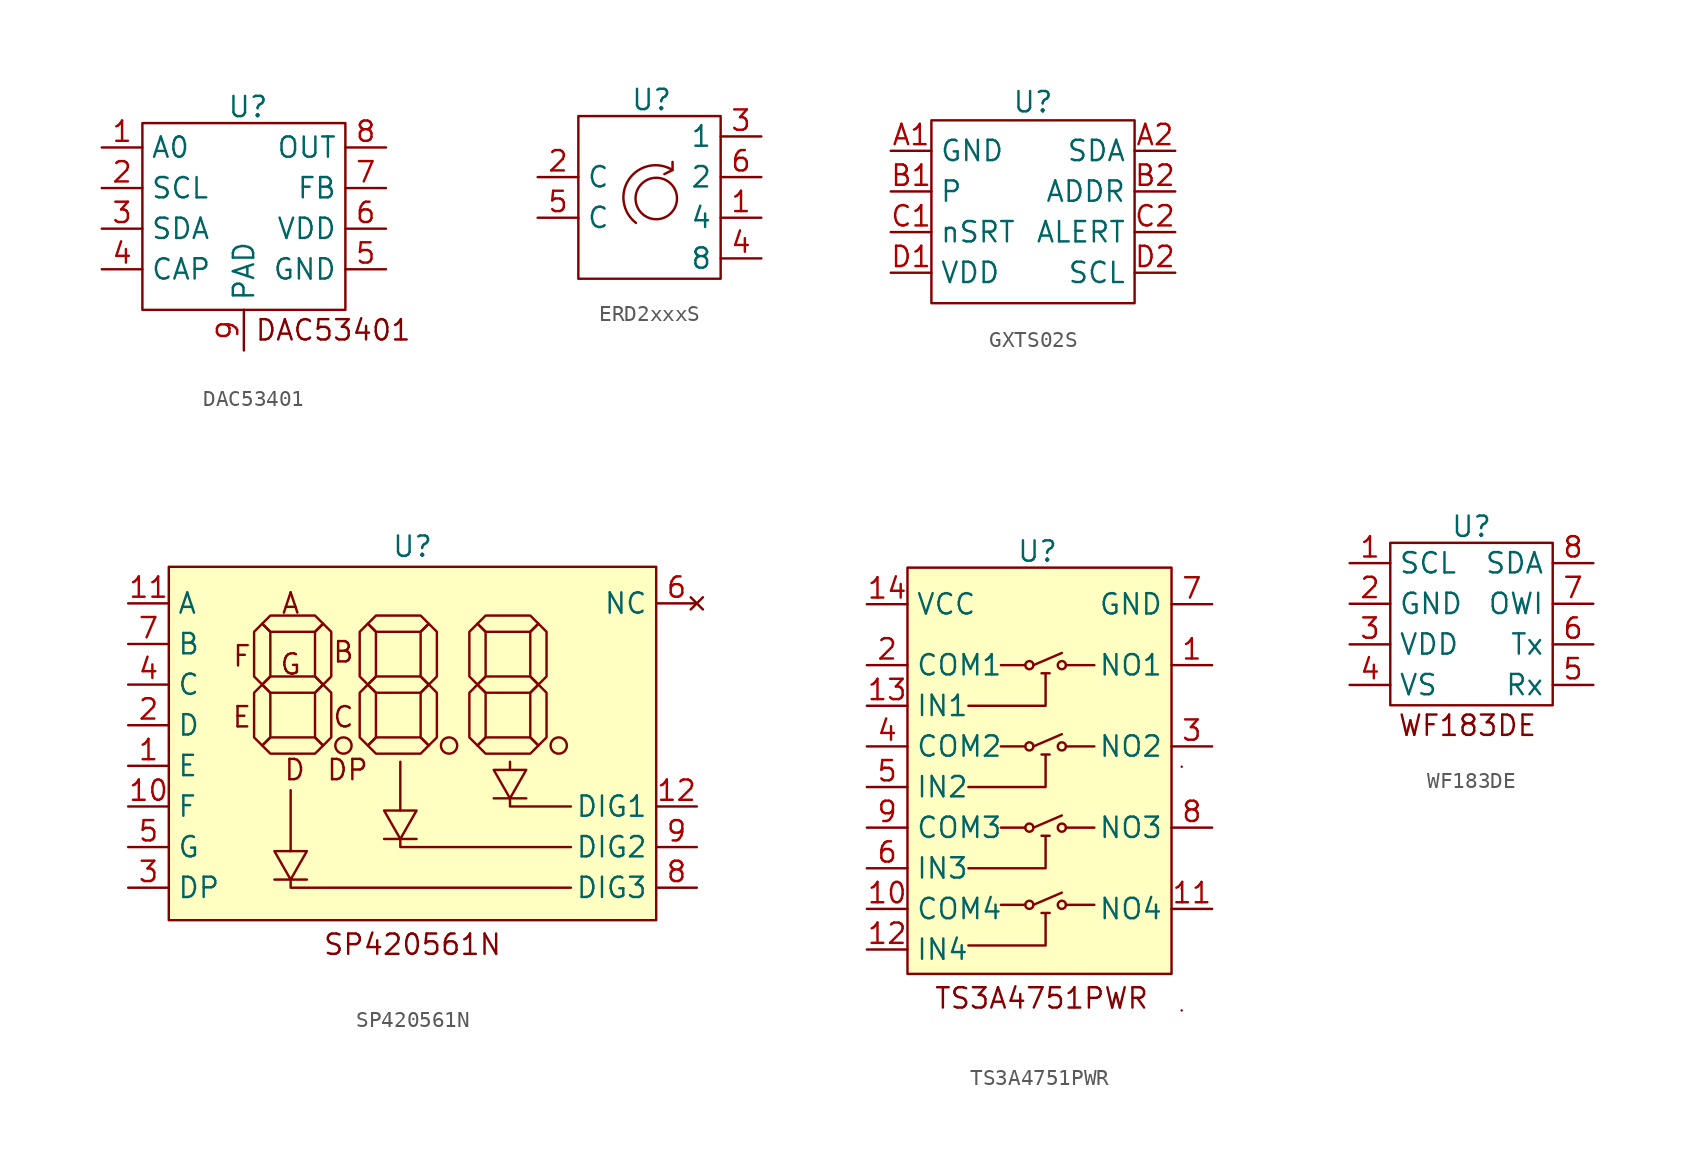
<source format=kicad_sym>
(kicad_symbol_lib
  (version 20231120)
  (generator "kicad_symbol_editor")
  (generator_version "8.0")
  (symbol "DAC53401"
    (property "Reference" "U"
      (at 0.254 6.35 0)
      (effects (font (size 1.27 1.27))))
    (property "Value" ""
      (at -8.89 3.81 0)
      (effects (font (size 1.27 1.27))))
    (symbol "DAC53401_0_0"
      (pin input line (at -8.89 3.81 0) (length 2.54) (name "A0" (effects (font (size 1.27 1.27)))) (number "1" (effects (font (size 1.27 1.27)))))
      (pin bidirectional line (at -8.89 1.27 0) (length 2.54) (name "SCL" (effects (font (size 1.27 1.27)))) (number "2" (effects (font (size 1.27 1.27)))))
      (pin bidirectional line (at -8.89 -1.27 0) (length 2.54) (name "SDA" (effects (font (size 1.27 1.27)))) (number "3" (effects (font (size 1.27 1.27)))))
      (pin input line (at -8.89 -3.81 0) (length 2.54) (name "CAP" (effects (font (size 1.27 1.27)))) (number "4" (effects (font (size 1.27 1.27)))))
      (pin power_in line (at 8.89 -3.81 180) (length 2.54) (name "GND" (effects (font (size 1.27 1.27)))) (number "5" (effects (font (size 1.27 1.27)))))
      (pin power_in line (at 8.89 -1.27 180) (length 2.54) (name "VDD" (effects (font (size 1.27 1.27)))) (number "6" (effects (font (size 1.27 1.27)))))
      (pin input line (at 8.89 1.27 180) (length 2.54) (name "FB" (effects (font (size 1.27 1.27)))) (number "7" (effects (font (size 1.27 1.27)))))
      (pin output line (at 8.89 3.81 180) (length 2.54) (name "OUT" (effects (font (size 1.27 1.27)))) (number "8" (effects (font (size 1.27 1.27)))))
      (pin passive line (at 0 -8.89 90) (length 2.54) (name "PAD" (effects (font (size 1.27 1.27)))) (number "9" (effects (font (size 1.27 1.27))))))
    (symbol "DAC53401_0_1"
      (rectangle (start -6.35 5.334) (end 6.35 -6.35) (stroke (width 0) (type default)) (fill (type none))))
    (symbol "DAC53401_1_1"
      (text "DAC53401" (at 5.588 -7.62 0) (effects (font (size 1.27 1.27))))))
  (symbol "ERD2xxxS"
    (property "Reference" "U"
      (at -0.508 6.096 0)
      (effects (font (size 1.27 1.27))))
    (property "Value" ""
      (at -7.62 3.81 0)
      (effects (font (size 1.27 1.27))))
    (symbol "ERD2xxxS_0_0"
      (pin output line (at 6.35 -1.27 180) (length 2.54) (name "4" (effects (font (size 1.27 1.27)))) (number "1" (effects (font (size 1.27 1.27)))))
      (pin input line (at -7.62 1.27 0) (length 2.54) (name "C" (effects (font (size 1.27 1.27)))) (number "2" (effects (font (size 1.27 1.27)))))
      (pin output line (at 6.35 3.81 180) (length 2.54) (name "1" (effects (font (size 1.27 1.27)))) (number "3" (effects (font (size 1.27 1.27)))))
      (pin output line (at 6.35 -3.81 180) (length 2.54) (name "8" (effects (font (size 1.27 1.27)))) (number "4" (effects (font (size 1.27 1.27)))))
      (pin input line (at -7.62 -1.27 0) (length 2.54) (name "C" (effects (font (size 1.27 1.27)))) (number "5" (effects (font (size 1.27 1.27)))))
      (pin output line (at 6.35 1.27 180) (length 2.54) (name "2" (effects (font (size 1.27 1.27)))) (number "6" (effects (font (size 1.27 1.27))))))
    (symbol "ERD2xxxS_0_1"
      (rectangle (start -5.08 5.08) (end 3.81 -5.08) (stroke (width 0) (type default)) (fill (type none)))
      (circle (center -0.212 -0.068) (radius 1.295) (stroke (width 0) (type default)) (fill (type none)))
      (polyline (pts (xy 0.804 1.71) (xy 0.804 2.218) (xy 0.804 1.71) (xy 0.296 1.456)) (stroke (width 0) (type default)) (fill (type none)))
      (arc (start 0.8041 1.7098) (mid -1.9072 1.1445) (end -1.4819 -1.5922) (stroke (width 0) (type default)) (fill (type none)))))
  (symbol "GXTS02S"
    (property "Reference" "U"
      (at 0 5.588 0)
      (effects (font (size 1.27 1.27))))
    (property "Value" ""
      (at 0 0 0)
      (effects (font (size 1.27 1.27))))
    (symbol "GXTS02S_0_1"
      (rectangle (start -6.35 4.445) (end 6.35 -6.985) (stroke (width 0) (type default)) (fill (type none))))
    (symbol "GXTS02S_1_1"
      (pin power_in line (at -8.89 2.54 0) (length 2.54) (name "GND" (effects (font (size 1.27 1.27)))) (number "A1" (effects (font (size 1.27 1.27)))))
      (pin bidirectional line (at 8.89 2.54 180) (length 2.54) (name "SDA" (effects (font (size 1.27 1.27)))) (number "A2" (effects (font (size 1.27 1.27)))))
      (pin input line (at -8.89 0 0) (length 2.54) (name "P" (effects (font (size 1.27 1.27)))) (number "B1" (effects (font (size 1.27 1.27)))))
      (pin input line (at 8.89 0 180) (length 2.54) (name "ADDR" (effects (font (size 1.27 1.27)))) (number "B2" (effects (font (size 1.27 1.27)))))
      (pin input line (at -8.89 -2.54 0) (length 2.54) (name "nSRT" (effects (font (size 1.27 1.27)))) (number "C1" (effects (font (size 1.27 1.27)))))
      (pin output line (at 8.89 -2.54 180) (length 2.54) (name "ALERT" (effects (font (size 1.27 1.27)))) (number "C2" (effects (font (size 1.27 1.27)))))
      (pin power_in line (at -8.89 -5.08 0) (length 2.54) (name "VDD" (effects (font (size 1.27 1.27)))) (number "D1" (effects (font (size 1.27 1.27)))))
      (pin bidirectional line (at 8.89 -5.08 180) (length 2.54) (name "SCL" (effects (font (size 1.27 1.27)))) (number "D2" (effects (font (size 1.27 1.27)))))))
  (symbol "SP420561N"
    (property "Reference" "U"
      (at 0 12.446 0)
      (effects (font (size 1.27 1.27))))
    (property "Value" ""
      (at -17.78 8.89 0)
      (effects (font (size 1.27 1.27))))
    (symbol "SP420561N_0_0"
      (pin input line (at -17.78 -1.27 0) (length 2.54) (name "E" (effects (font (size 1.27 1.27)))) (number "1" (effects (font (size 1.27 1.27)))))
      (pin input line (at -17.78 -3.81 0) (length 2.54) (name "F" (effects (font (size 1.27 1.27)))) (number "10" (effects (font (size 1.27 1.27)))))
      (pin input line (at -17.78 8.89 0) (length 2.54) (name "A" (effects (font (size 1.27 1.27)))) (number "11" (effects (font (size 1.27 1.27)))))
      (pin input line (at 17.78 -3.81 180) (length 2.54) (name "DIG1" (effects (font (size 1.27 1.27)))) (number "12" (effects (font (size 1.27 1.27)))))
      (pin input line (at -17.78 1.27 0) (length 2.54) (name "D" (effects (font (size 1.27 1.27)))) (number "2" (effects (font (size 1.27 1.27)))))
      (pin input line (at -17.78 -8.89 0) (length 2.54) (name "DP" (effects (font (size 1.27 1.27)))) (number "3" (effects (font (size 1.27 1.27)))))
      (pin input line (at -17.78 3.81 0) (length 2.54) (name "C" (effects (font (size 1.27 1.27)))) (number "4" (effects (font (size 1.27 1.27)))))
      (pin input line (at -17.78 -6.35 0) (length 2.54) (name "G" (effects (font (size 1.27 1.27)))) (number "5" (effects (font (size 1.27 1.27)))))
      (pin input line (at -17.78 6.35 0) (length 2.54) (name "B" (effects (font (size 1.27 1.27)))) (number "7" (effects (font (size 1.27 1.27)))))
      (pin input line (at 17.78 -8.89 180) (length 2.54) (name "DIG3" (effects (font (size 1.27 1.27)))) (number "8" (effects (font (size 1.27 1.27)))))
      (pin input line (at 17.78 -6.35 180) (length 2.54) (name "DIG2" (effects (font (size 1.27 1.27)))) (number "9" (effects (font (size 1.27 1.27))))))
    (symbol "SP420561N_0_1"
      (circle (center -4.318 0) (radius 0.508) (stroke (width 0) (type default)) (fill (type none)))
      (polyline (pts (xy -9.398 0) (xy -9.906 0.508) (xy -9.906 3.302) (xy -9.398 3.81) (xy -8.89 3.302) (xy -8.89 0.508) (xy -9.398 0)) (stroke (width 0) (type default)) (fill (type none)))
      (polyline (pts (xy -9.398 0) (xy -8.89 0.508) (xy -6.096 0.508) (xy -5.588 0) (xy -6.096 -0.508) (xy -8.89 -0.508) (xy -9.398 0)) (stroke (width 0) (type default)) (fill (type none)))
      (polyline (pts (xy -9.398 3.81) (xy -9.906 4.318) (xy -9.906 7.112) (xy -9.398 7.62) (xy -8.89 7.112) (xy -8.89 4.318) (xy -9.398 3.81)) (stroke (width 0) (type default)) (fill (type none)))
      (polyline (pts (xy -9.398 3.81) (xy -8.89 4.318) (xy -6.096 4.318) (xy -5.588 3.81) (xy -6.096 3.302) (xy -8.89 3.302) (xy -9.398 3.81)) (stroke (width 0) (type default)) (fill (type none)))
      (polyline (pts (xy -9.398 7.62) (xy -8.89 8.128) (xy -6.096 8.128) (xy -5.588 7.62) (xy -6.096 7.112) (xy -8.89 7.112) (xy -9.398 7.62)) (stroke (width 0) (type default)) (fill (type none)))
      (polyline (pts (xy -5.588 0) (xy -6.096 0.508) (xy -6.096 3.302) (xy -5.588 3.81) (xy -5.08 3.302) (xy -5.08 0.508) (xy -5.588 0)) (stroke (width 0) (type default)) (fill (type none)))
      (polyline (pts (xy -5.588 3.81) (xy -6.096 4.318) (xy -6.096 7.112) (xy -5.588 7.62) (xy -5.08 7.112) (xy -5.08 4.318) (xy -5.588 3.81)) (stroke (width 0) (type default)) (fill (type none)))
      (polyline (pts (xy -2.794 0) (xy -3.302 0.508) (xy -3.302 3.302) (xy -2.794 3.81) (xy -2.286 3.302) (xy -2.286 0.508) (xy -2.794 0)) (stroke (width 0) (type default)) (fill (type none)))
      (polyline (pts (xy -2.794 0) (xy -2.286 0.508) (xy 0.508 0.508) (xy 1.016 0) (xy 0.508 -0.508) (xy -2.286 -0.508) (xy -2.794 0)) (stroke (width 0) (type default)) (fill (type none)))
      (polyline (pts (xy -2.794 3.81) (xy -3.302 4.318) (xy -3.302 7.112) (xy -2.794 7.62) (xy -2.286 7.112) (xy -2.286 4.318) (xy -2.794 3.81)) (stroke (width 0) (type default)) (fill (type none)))
      (polyline (pts (xy -2.794 3.81) (xy -2.286 4.318) (xy 0.508 4.318) (xy 1.016 3.81) (xy 0.508 3.302) (xy -2.286 3.302) (xy -2.794 3.81)) (stroke (width 0) (type default)) (fill (type none)))
      (polyline (pts (xy -2.794 7.62) (xy -2.286 8.128) (xy 0.508 8.128) (xy 1.016 7.62) (xy 0.508 7.112) (xy -2.286 7.112) (xy -2.794 7.62)) (stroke (width 0) (type default)) (fill (type none)))
      (polyline (pts (xy 1.016 0) (xy 0.508 0.508) (xy 0.508 3.302) (xy 1.016 3.81) (xy 1.524 3.302) (xy 1.524 0.508) (xy 1.016 0)) (stroke (width 0) (type default)) (fill (type none)))
      (polyline (pts (xy 1.016 3.81) (xy 0.508 4.318) (xy 0.508 7.112) (xy 1.016 7.62) (xy 1.524 7.112) (xy 1.524 4.318) (xy 1.016 3.81)) (stroke (width 0) (type default)) (fill (type none)))
      (polyline (pts (xy 4.064 0) (xy 3.556 0.508) (xy 3.556 3.302) (xy 4.064 3.81) (xy 4.572 3.302) (xy 4.572 0.508) (xy 4.064 0)) (stroke (width 0) (type default)) (fill (type none)))
      (polyline (pts (xy 4.064 0) (xy 4.572 0.508) (xy 7.366 0.508) (xy 7.874 0) (xy 7.366 -0.508) (xy 4.572 -0.508) (xy 4.064 0)) (stroke (width 0) (type default)) (fill (type none)))
      (polyline (pts (xy 4.064 3.81) (xy 3.556 4.318) (xy 3.556 7.112) (xy 4.064 7.62) (xy 4.572 7.112) (xy 4.572 4.318) (xy 4.064 3.81)) (stroke (width 0) (type default)) (fill (type none)))
      (polyline (pts (xy 4.064 3.81) (xy 4.572 4.318) (xy 7.366 4.318) (xy 7.874 3.81) (xy 7.366 3.302) (xy 4.572 3.302) (xy 4.064 3.81)) (stroke (width 0) (type default)) (fill (type none)))
      (polyline (pts (xy 4.064 7.62) (xy 4.572 8.128) (xy 7.366 8.128) (xy 7.874 7.62) (xy 7.366 7.112) (xy 4.572 7.112) (xy 4.064 7.62)) (stroke (width 0) (type default)) (fill (type none)))
      (polyline (pts (xy 7.874 0) (xy 7.366 0.508) (xy 7.366 3.302) (xy 7.874 3.81) (xy 8.382 3.302) (xy 8.382 0.508) (xy 7.874 0)) (stroke (width 0) (type default)) (fill (type none)))
      (polyline (pts (xy 7.874 3.81) (xy 7.366 4.318) (xy 7.366 7.112) (xy 7.874 7.62) (xy 8.382 7.112) (xy 8.382 4.318) (xy 7.874 3.81)) (stroke (width 0) (type default)) (fill (type none)))
      (circle (center 2.286 0) (radius 0.508) (stroke (width 0) (type default)) (fill (type none)))
      (circle (center 9.144 0) (radius 0.508) (stroke (width 0) (type default)) (fill (type none))))
    (symbol "SP420561N_1_1"
      (rectangle (start -15.24 11.176) (end 15.24 -10.922) (stroke (width 0) (type default)) (fill (type background)))
      (polyline (pts (xy -7.62 -6.604) (xy -7.62 -2.794)) (stroke (width 0) (type default)) (fill (type none)))
      (polyline (pts (xy -0.762 -4.064) (xy -0.762 -1.016)) (stroke (width 0) (type default)) (fill (type none)))
      (polyline (pts (xy 6.096 -1.524) (xy 6.096 -1.016)) (stroke (width 0) (type default)) (fill (type none)))
      (polyline (pts (xy -7.62 -8.382) (xy -7.62 -8.89) (xy 9.906 -8.89)) (stroke (width 0) (type default)) (fill (type none)))
      (polyline (pts (xy -0.762 -5.842) (xy -0.762 -6.35) (xy 9.906 -6.35)) (stroke (width 0) (type default)) (fill (type none)))
      (polyline (pts (xy 6.096 -3.302) (xy 6.096 -3.81) (xy 9.906 -3.81)) (stroke (width 0) (type default)) (fill (type none)))
      (polyline (pts (xy -6.604 -6.604) (xy -8.636 -6.604) (xy -7.62 -8.382) (xy -6.604 -6.604) (xy -7.62 -8.382) (xy -6.604 -8.382) (xy -8.636 -8.382)) (stroke (width 0) (type default)) (fill (type none)))
      (polyline (pts (xy 0.254 -4.064) (xy -1.778 -4.064) (xy -0.762 -5.842) (xy 0.254 -4.064) (xy -0.762 -5.842) (xy 0.254 -5.842) (xy -1.778 -5.842)) (stroke (width 0) (type default)) (fill (type none)))
      (polyline (pts (xy 7.112 -1.524) (xy 5.08 -1.524) (xy 6.096 -3.302) (xy 7.112 -1.524) (xy 6.096 -3.302) (xy 7.112 -3.302) (xy 5.08 -3.302)) (stroke (width 0) (type default)) (fill (type none)))
      (text "A" (at -7.62 8.89 0) (effects (font (size 1.27 1.27))))
      (text "B" (at -4.318 5.842 0) (effects (font (size 1.27 1.27))))
      (text "C" (at -4.318 1.778 0) (effects (font (size 1.27 1.27))))
      (text "D" (at -7.366 -1.524 0) (effects (font (size 1.27 1.27))))
      (text "DP" (at -4.064 -1.524 0) (effects (font (size 1.27 1.27))))
      (text "E" (at -10.668 1.778 0) (effects (font (size 1.27 1.27))))
      (text "F" (at -10.668 5.588 0) (effects (font (size 1.27 1.27))))
      (text "G" (at -7.62 5.08 0) (effects (font (size 1.27 1.27))))
      (text "SP420561N" (at 0 -12.446 0) (effects (font (size 1.27 1.27))))
      (pin no_connect line (at 17.78 8.89 180) (length 2.54) (name "NC" (effects (font (size 1.27 1.27)))) (number "6" (effects (font (size 1.27 1.27)))))))
  (symbol "TS3A4751PWR"
    (property "Reference" "U"
      (at -0.762 13.462 0)
      (effects (font (size 1.27 1.27))))
    (property "Value" ""
      (at 6.35 0 0)
      (effects (font (size 1.27 1.27))))
    (symbol "TS3A4751PWR_0_1"
      (polyline (pts (xy -1.524 -8.636) (xy -3.048 -8.636)) (stroke (width 0) (type default)) (fill (type none)))
      (polyline (pts (xy -1.524 -3.81) (xy -3.048 -3.81)) (stroke (width 0) (type default)) (fill (type none)))
      (polyline (pts (xy -1.524 1.27) (xy -3.048 1.27)) (stroke (width 0) (type default)) (fill (type none)))
      (polyline (pts (xy -1.524 6.35) (xy -3.048 6.35)) (stroke (width 0) (type default)) (fill (type none)))
      (polyline (pts (xy 1.016 -8.636) (xy 2.794 -8.636)) (stroke (width 0) (type default)) (fill (type none)))
      (polyline (pts (xy 1.016 -3.81) (xy 2.794 -3.81)) (stroke (width 0) (type default)) (fill (type none)))
      (polyline (pts (xy 1.016 1.27) (xy 2.794 1.27)) (stroke (width 0) (type default)) (fill (type none)))
      (polyline (pts (xy 1.016 6.35) (xy 2.794 6.35)) (stroke (width 0) (type default)) (fill (type none)))
      (polyline (pts (xy 8.255 -15.24) (xy 8.255 -15.24)) (stroke (width 0) (type default)) (fill (type none)))
      (polyline (pts (xy 8.255 -7.62) (xy 8.255 -7.62)) (stroke (width 0) (type default)) (fill (type none)))
      (polyline (pts (xy 8.255 0) (xy 8.255 0)) (stroke (width 0) (type default)) (fill (type none)))
      (polyline (pts (xy -0.508 -9.144) (xy 0 -9.144) (xy -0.254 -9.144) (xy -0.254 -11.176) (xy -5.08 -11.176)) (stroke (width 0) (type default)) (fill (type none)))
      (polyline (pts (xy -0.508 -4.318) (xy 0 -4.318) (xy -0.254 -4.318) (xy -0.254 -6.35) (xy -5.08 -6.35)) (stroke (width 0) (type default)) (fill (type none)))
      (polyline (pts (xy -0.508 0.762) (xy 0 0.762) (xy -0.254 0.762) (xy -0.254 -1.27) (xy -5.08 -1.27)) (stroke (width 0) (type default)) (fill (type none)))
      (polyline (pts (xy -0.508 5.842) (xy 0 5.842) (xy -0.254 5.842) (xy -0.254 3.81) (xy -5.08 3.81)) (stroke (width 0) (type default)) (fill (type none))))
    (symbol "TS3A4751PWR_1_0"
      (pin bidirectional line (at -11.43 -8.89 0) (length 2.54) (name "COM4" (effects (font (size 1.27 1.27)))) (number "10" (effects (font (size 1.27 1.27)))))
      (pin bidirectional line (at 10.16 -8.89 180) (length 2.54) (name "NO4" (effects (font (size 1.27 1.27)))) (number "11" (effects (font (size 1.27 1.27)))))
      (pin input line (at -11.43 -11.43 0) (length 2.54) (name "IN4" (effects (font (size 1.27 1.27)))) (number "12" (effects (font (size 1.27 1.27)))))
      (pin input line (at -11.43 3.81 0) (length 2.54) (name "IN1" (effects (font (size 1.27 1.27)))) (number "13" (effects (font (size 1.27 1.27)))))
      (pin power_in line (at -11.43 10.16 0) (length 2.54) (name "VCC" (effects (font (size 1.27 1.27)))) (number "14" (effects (font (size 1.27 1.27)))))
      (pin bidirectional line (at -11.43 6.35 0) (length 2.54) (name "COM1" (effects (font (size 1.27 1.27)))) (number "2" (effects (font (size 1.27 1.27)))))
      (pin bidirectional line (at 10.16 1.27 180) (length 2.54) (name "NO2" (effects (font (size 1.27 1.27)))) (number "3" (effects (font (size 1.27 1.27)))))
      (pin bidirectional line (at -11.43 1.27 0) (length 2.54) (name "COM2" (effects (font (size 1.27 1.27)))) (number "4" (effects (font (size 1.27 1.27)))))
      (pin input line (at -11.43 -1.27 0) (length 2.54) (name "IN2" (effects (font (size 1.27 1.27)))) (number "5" (effects (font (size 1.27 1.27)))))
      (pin input line (at -11.43 -6.35 0) (length 2.54) (name "IN3" (effects (font (size 1.27 1.27)))) (number "6" (effects (font (size 1.27 1.27)))))
      (pin power_in line (at 10.16 10.16 180) (length 2.54) (name "GND" (effects (font (size 1.27 1.27)))) (number "7" (effects (font (size 1.27 1.27)))))
      (pin bidirectional line (at 10.16 -3.81 180) (length 2.54) (name "NO3" (effects (font (size 1.27 1.27)))) (number "8" (effects (font (size 1.27 1.27)))))
      (pin bidirectional line (at -11.43 -3.81 0) (length 2.54) (name "COM3" (effects (font (size 1.27 1.27)))) (number "9" (effects (font (size 1.27 1.27))))))
    (symbol "TS3A4751PWR_1_1"
      (rectangle (start -8.89 12.446) (end 7.62 -12.954) (stroke (width 0) (type default)) (fill (type background)))
      (circle (center -1.27 -8.636) (radius 0.254) (stroke (width 0) (type default)) (fill (type none)))
      (circle (center -1.27 -3.81) (radius 0.254) (stroke (width 0) (type default)) (fill (type none)))
      (circle (center -1.27 1.27) (radius 0.254) (stroke (width 0) (type default)) (fill (type none)))
      (circle (center -1.27 6.35) (radius 0.254) (stroke (width 0) (type default)) (fill (type none)))
      (polyline (pts (xy -1.016 -8.636) (xy 0.762 -7.874)) (stroke (width 0) (type default)) (fill (type none)))
      (polyline (pts (xy -1.016 -3.81) (xy 0.762 -3.048)) (stroke (width 0) (type default)) (fill (type none)))
      (polyline (pts (xy -1.016 1.27) (xy 0.762 2.032)) (stroke (width 0) (type default)) (fill (type none)))
      (polyline (pts (xy -1.016 6.35) (xy 0.762 7.112)) (stroke (width 0) (type default)) (fill (type none)))
      (circle (center 0.762 -8.636) (radius 0.254) (stroke (width 0) (type default)) (fill (type none)))
      (circle (center 0.762 -3.81) (radius 0.254) (stroke (width 0) (type default)) (fill (type none)))
      (circle (center 0.762 1.27) (radius 0.254) (stroke (width 0) (type default)) (fill (type none)))
      (circle (center 0.762 6.35) (radius 0.254) (stroke (width 0) (type default)) (fill (type none)))
      (text "TS3A4751PWR" (at -0.508 -14.478 0) (effects (font (size 1.27 1.27))))
      (pin bidirectional line (at 10.16 6.35 180) (length 2.54) (name "NO1" (effects (font (size 1.27 1.27)))) (number "1" (effects (font (size 1.27 1.27)))))))
  (symbol "WF183DE"
    (property "Reference" "U"
      (at 0 6.096 0)
      (effects (font (size 1.27 1.27))))
    (property "Value" ""
      (at -7.62 3.81 0)
      (effects (font (size 1.27 1.27))))
    (symbol "WF183DE_0_0"
      (pin bidirectional line (at -7.62 3.81 0) (length 2.54) (name "SCL" (effects (font (size 1.27 1.27)))) (number "1" (effects (font (size 1.27 1.27)))))
      (pin power_in line (at -7.62 1.27 0) (length 2.54) (name "GND" (effects (font (size 1.27 1.27)))) (number "2" (effects (font (size 1.27 1.27)))))
      (pin power_in line (at -7.62 -1.27 0) (length 2.54) (name "VDD" (effects (font (size 1.27 1.27)))) (number "3" (effects (font (size 1.27 1.27)))))
      (pin passive line (at -7.62 -3.81 0) (length 2.54) (name "VS" (effects (font (size 1.27 1.27)))) (number "4" (effects (font (size 1.27 1.27)))))
      (pin bidirectional line (at 7.62 -3.81 180) (length 2.54) (name "Rx" (effects (font (size 1.27 1.27)))) (number "5" (effects (font (size 1.27 1.27)))))
      (pin bidirectional line (at 7.62 -1.27 180) (length 2.54) (name "Tx" (effects (font (size 1.27 1.27)))) (number "6" (effects (font (size 1.27 1.27)))))
      (pin bidirectional line (at 7.62 1.27 180) (length 2.54) (name "OWI" (effects (font (size 1.27 1.27)))) (number "7" (effects (font (size 1.27 1.27)))))
      (pin bidirectional line (at 7.62 3.81 180) (length 2.54) (name "SDA" (effects (font (size 1.27 1.27)))) (number "8" (effects (font (size 1.27 1.27))))))
    (symbol "WF183DE_0_1"
      (rectangle (start -5.08 5.08) (end 5.08 -5.08) (stroke (width 0) (type default)) (fill (type none))))
    (symbol "WF183DE_1_1"
      (text "WF183DE" (at -0.254 -6.35 0) (effects (font (size 1.27 1.27)))))))
</source>
